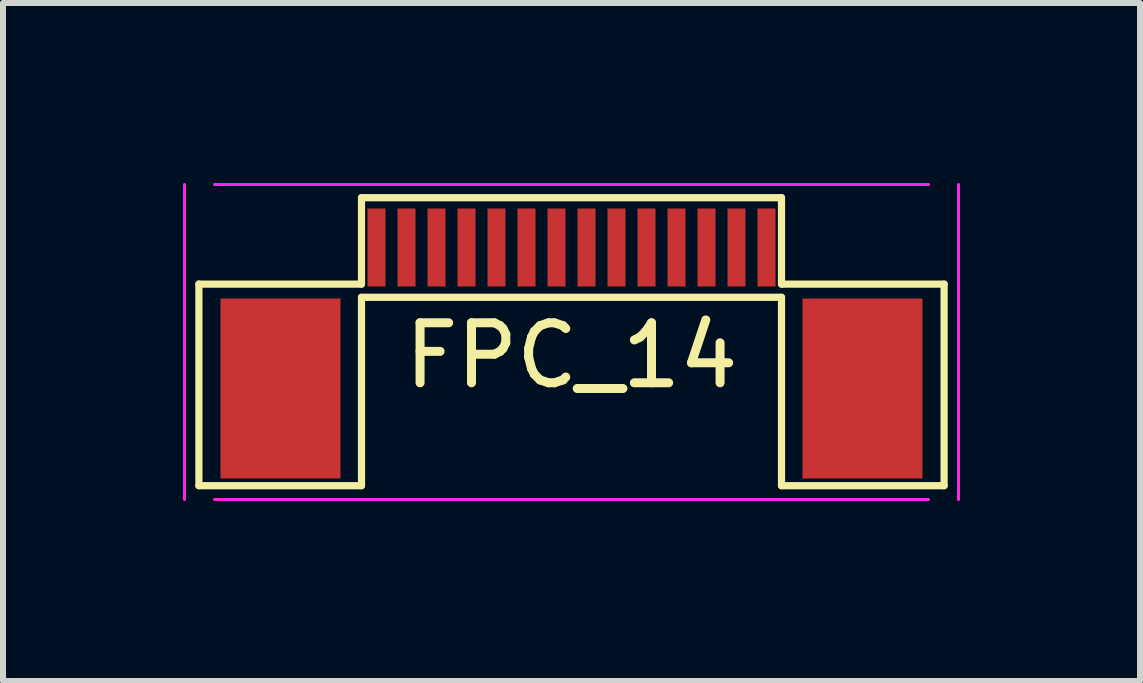
<source format=kicad_pcb>
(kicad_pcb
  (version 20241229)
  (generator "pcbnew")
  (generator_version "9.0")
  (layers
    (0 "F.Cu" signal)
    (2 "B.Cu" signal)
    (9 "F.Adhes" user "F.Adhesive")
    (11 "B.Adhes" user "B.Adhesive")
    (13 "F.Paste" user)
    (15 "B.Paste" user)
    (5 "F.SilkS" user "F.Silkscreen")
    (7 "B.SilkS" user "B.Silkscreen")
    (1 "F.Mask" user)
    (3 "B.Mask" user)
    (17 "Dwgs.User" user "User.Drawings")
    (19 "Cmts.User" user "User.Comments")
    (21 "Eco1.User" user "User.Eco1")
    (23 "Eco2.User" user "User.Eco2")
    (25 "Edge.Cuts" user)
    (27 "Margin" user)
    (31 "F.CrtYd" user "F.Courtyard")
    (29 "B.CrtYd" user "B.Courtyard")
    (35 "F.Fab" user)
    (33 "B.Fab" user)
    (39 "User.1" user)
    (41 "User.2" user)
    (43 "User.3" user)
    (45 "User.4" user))
  (footprint "FPC_14"
    (layer "F.Cu")
    (at 6.475 1.075)
    (property "Reference" "FPC_14" (at 0 1.8 0) (layer "F.SilkS") (effects (font (size 1 1) (thickness 0.15))))
    (attr through_hole)
    (fp_line (start -6.21 0.61) (end -3.5 0.61) (stroke (width 0.12) (type solid)) (layer "F.SilkS"))
    (fp_line (start -6.21 3.97) (end -6.21 0.61) (stroke (width 0.12) (type solid)) (layer "F.SilkS"))
    (fp_line (start -3.5 -0.83) (end 3.5 -0.83) (stroke (width 0.12) (type solid)) (layer "F.SilkS"))
    (fp_line (start -3.5 0.61) (end -3.5 -0.83) (stroke (width 0.12) (type solid)) (layer "F.SilkS"))
    (fp_line (start -3.5 0.83) (end -3.5 3.97) (stroke (width 0.12) (type solid)) (layer "F.SilkS"))
    (fp_line (start -3.5 0.83) (end 3.5 0.83) (stroke (width 0.12) (type solid)) (layer "F.SilkS"))
    (fp_line (start -3.5 3.97) (end -6.21 3.97) (stroke (width 0.12) (type solid)) (layer "F.SilkS"))
    (fp_line (start 3.5 0.61) (end 3.5 -0.83) (stroke (width 0.12) (type solid)) (layer "F.SilkS"))
    (fp_line (start 3.5 0.83) (end 3.5 3.97) (stroke (width 0.12) (type solid)) (layer "F.SilkS"))
    (fp_line (start 3.5 3.97) (end 6.21 3.97) (stroke (width 0.12) (type solid)) (layer "F.SilkS"))
    (fp_line (start 6.21 0.61) (end 3.5 0.61) (stroke (width 0.12) (type solid)) (layer "F.SilkS"))
    (fp_line (start 6.21 3.97) (end 6.21 0.61) (stroke (width 0.12) (type solid)) (layer "F.SilkS"))
    (fp_line (start -6.45 -1.05) (end -6.45 4.2) (stroke (width 0.05) (type solid)) (layer "F.CrtYd"))
    (fp_line (start -5.95 -1.05) (end 5.95 -1.05) (stroke (width 0.05) (type solid)) (layer "F.CrtYd"))
    (fp_line (start -5.95 4.2) (end 5.95 4.2) (stroke (width 0.05) (type solid)) (layer "F.CrtYd"))
    (fp_line (start 6.45 -1.05) (end 6.45 4.2) (stroke (width 0.05) (type solid)) (layer "F.CrtYd"))
    (pad "0" smd rect (at -4.85 2.35) (size 2 3) (layers "F.Cu" "F.Mask" "F.Paste"))
    (pad "0" smd rect (at 4.85 2.35) (size 2 3) (layers "F.Cu" "F.Mask" "F.Paste"))
    (pad "1" smd rect (at -3.25 0) (size 0.3 1.3) (layers "F.Cu" "F.Mask" "F.Paste"))
    (pad "2" smd rect (at -2.75 0) (size 0.3 1.3) (layers "F.Cu" "F.Mask" "F.Paste"))
    (pad "3" smd rect (at -2.25 0) (size 0.3 1.3) (layers "F.Cu" "F.Mask" "F.Paste"))
    (pad "4" smd rect (at -1.75 0) (size 0.3 1.3) (layers "F.Cu" "F.Mask" "F.Paste"))
    (pad "5" smd rect (at -1.25 0) (size 0.3 1.3) (layers "F.Cu" "F.Mask" "F.Paste"))
    (pad "6" smd rect (at -0.75 0) (size 0.3 1.3) (layers "F.Cu" "F.Mask" "F.Paste"))
    (pad "7" smd rect (at -0.25 0) (size 0.3 1.3) (layers "F.Cu" "F.Mask" "F.Paste"))
    (pad "8" smd rect (at 0.25 0) (size 0.3 1.3) (layers "F.Cu" "F.Mask" "F.Paste"))
    (pad "9" smd rect (at 0.75 0) (size 0.3 1.3) (layers "F.Cu" "F.Mask" "F.Paste"))
    (pad "10" smd rect (at 1.25 0) (size 0.3 1.3) (layers "F.Cu" "F.Mask" "F.Paste"))
    (pad "11" smd rect (at 1.75 0) (size 0.3 1.3) (layers "F.Cu" "F.Mask" "F.Paste"))
    (pad "12" smd rect (at 2.25 0) (size 0.3 1.3) (layers "F.Cu" "F.Mask" "F.Paste"))
    (pad "13" smd rect (at 2.75 0) (size 0.3 1.3) (layers "F.Cu" "F.Mask" "F.Paste"))
    (pad "14" smd rect (at 3.25 0) (size 0.3 1.3) (layers "F.Cu" "F.Mask" "F.Paste")))
  (gr_rect
    (start -3 -3)
    (end 15.95 8.3)
    (stroke (width 0.1) (type default))
    (fill no)
    (layer "Edge.Cuts")))
</source>
